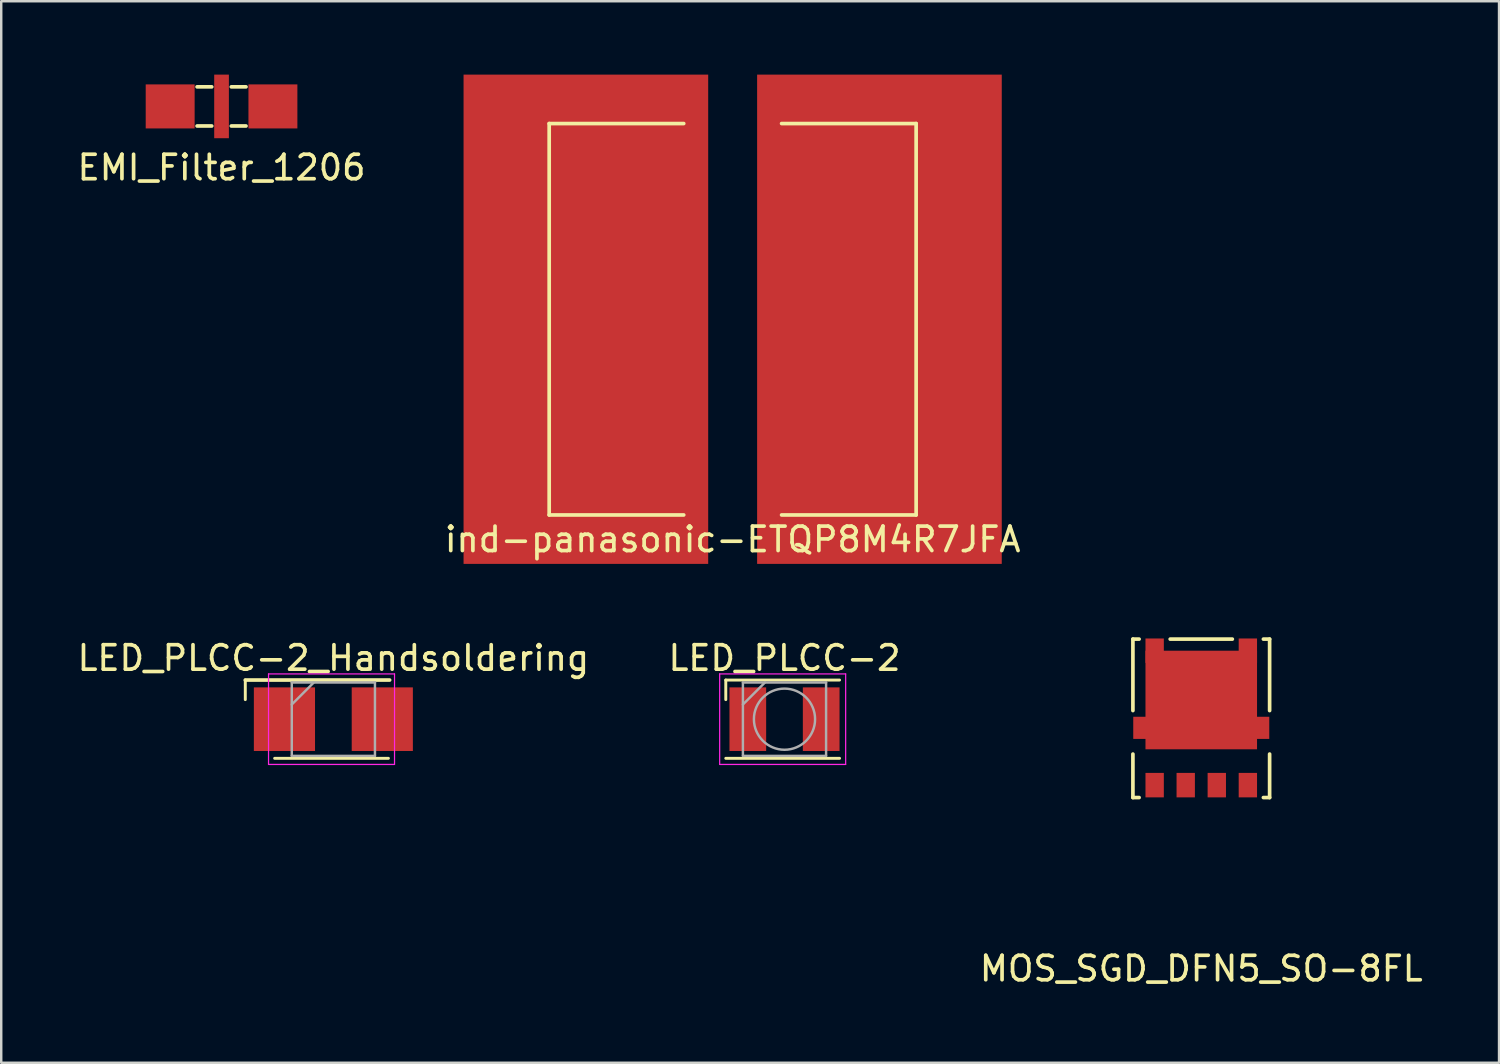
<source format=kicad_pcb>
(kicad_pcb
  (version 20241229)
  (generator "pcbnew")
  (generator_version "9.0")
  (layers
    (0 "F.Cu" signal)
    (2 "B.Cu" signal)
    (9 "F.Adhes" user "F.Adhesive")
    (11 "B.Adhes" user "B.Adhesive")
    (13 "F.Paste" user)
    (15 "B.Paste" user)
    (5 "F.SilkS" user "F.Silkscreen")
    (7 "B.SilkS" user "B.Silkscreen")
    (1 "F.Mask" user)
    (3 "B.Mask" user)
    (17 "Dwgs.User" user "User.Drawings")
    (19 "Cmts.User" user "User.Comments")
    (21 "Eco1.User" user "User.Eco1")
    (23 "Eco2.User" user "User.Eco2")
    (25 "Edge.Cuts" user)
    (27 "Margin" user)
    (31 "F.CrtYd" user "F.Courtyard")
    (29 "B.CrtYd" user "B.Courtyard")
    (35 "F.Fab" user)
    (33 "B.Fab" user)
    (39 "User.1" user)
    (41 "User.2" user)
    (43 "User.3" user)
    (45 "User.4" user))
  (footprint "MOS_SGD_DFN5_SO-8FL"
    (layer "F.Cu")
    (at 46.054 29.044)
    (property "Reference" "MOS_SGD_DFN5_SO-8FL" (at 0 7.5 0) (layer "F.SilkS") (effects (font (size 1 1) (thickness 0.15))))
    (attr through_hole)
    (fp_line (start -2.794 -5.969) (end -2.794 -3.048) (stroke (width 0.15) (type solid)) (layer "F.SilkS"))
    (fp_line (start -2.794 -1.27) (end -2.794 0.508) (stroke (width 0.15) (type solid)) (layer "F.SilkS"))
    (fp_line (start -2.794 0.508) (end -2.54 0.508) (stroke (width 0.15) (type solid)) (layer "F.SilkS"))
    (fp_line (start -2.54 -5.969) (end -2.794 -5.969) (stroke (width 0.15) (type solid)) (layer "F.SilkS"))
    (fp_line (start -1.27 -5.969) (end 1.27 -5.969) (stroke (width 0.15) (type solid)) (layer "F.SilkS"))
    (fp_line (start 2.54 -5.969) (end 2.794 -5.969) (stroke (width 0.15) (type solid)) (layer "F.SilkS"))
    (fp_line (start 2.54 0.508) (end 2.794 0.508) (stroke (width 0.15) (type solid)) (layer "F.SilkS"))
    (fp_line (start 2.794 -5.969) (end 2.794 -3.048) (stroke (width 0.15) (type solid)) (layer "F.SilkS"))
    (fp_line (start 2.794 0.508) (end 2.794 -1.27) (stroke (width 0.15) (type solid)) (layer "F.SilkS"))
    (pad "1" smd rect (at -1.905 0) (size 0.75 1) (layers "F.Cu" "F.Mask" "F.Paste"))
    (pad "1" smd rect (at -0.635 0) (size 0.75 1) (layers "F.Cu" "F.Mask" "F.Paste"))
    (pad "1" smd rect (at 0.635 0) (size 0.75 1) (layers "F.Cu" "F.Mask" "F.Paste"))
    (pad "2" smd rect (at 1.905 0) (size 0.75 1) (layers "F.Cu" "F.Mask" "F.Paste"))
    (pad "3" smd rect (at -2.28 -2.342) (size 1 0.905) (layers "F.Cu" "F.Mask" "F.Paste"))
    (pad "3" smd rect (at -1.905 -5.495) (size 0.75 1) (layers "F.Cu" "F.Mask" "F.Paste"))
    (pad "3" smd rect (at 0 -3.48) (size 4.56 4.03) (layers "F.Cu" "F.Mask" "F.Paste"))
    (pad "3" smd rect (at 1.905 -5.495) (size 0.75 1) (layers "F.Cu" "F.Mask" "F.Paste"))
    (pad "3" smd rect (at 2.28 -2.342) (size 1 0.905) (layers "F.Cu" "F.Mask" "F.Paste")))
  (footprint "ind-panasonic-ETQP8M4R7JFA"
    (layer "F.Cu")
    (at 26.899 10)
    (property "Reference" "ind-panasonic-ETQP8M4R7JFA" (at 0 9 0) (layer "F.SilkS") (effects (font (size 1 1) (thickness 0.15))))
    (attr through_hole)
    (fp_line (start -7.5 -8) (end -7.5 8) (stroke (width 0.15) (type solid)) (layer "F.SilkS"))
    (fp_line (start -7.5 8) (end -2 8) (stroke (width 0.15) (type solid)) (layer "F.SilkS"))
    (fp_line (start -2 -8) (end -7.5 -8) (stroke (width 0.15) (type solid)) (layer "F.SilkS"))
    (fp_line (start 7.5 -8) (end 2 -8) (stroke (width 0.15) (type solid)) (layer "F.SilkS"))
    (fp_line (start 7.5 -8) (end 7.5 8) (stroke (width 0.15) (type solid)) (layer "F.SilkS"))
    (fp_line (start 7.5 8) (end 2 8) (stroke (width 0.15) (type solid)) (layer "F.SilkS"))
    (pad "1" smd rect (at -6 0) (size 10 20) (layers "F.Cu"))
    (pad "1" smd rect (at -5.2 -4.7) (size 3.2 5.4) (layers "F.Cu" "F.Mask" "F.Paste"))
    (pad "1" smd rect (at -5.2 4.7) (size 3.2 5.4) (layers "F.Cu" "F.Mask" "F.Paste"))
    (pad "2" smd rect (at 5.2 -4.7) (size 3.2 5.4) (layers "F.Cu" "F.Mask" "F.Paste"))
    (pad "2" smd rect (at 5.2 4.7) (size 3.2 5.4) (layers "F.Cu" "F.Mask" "F.Paste"))
    (pad "2" smd rect (at 6 0) (size 10 20) (layers "F.Cu")))
  (footprint "LED_PLCC-2_Handsoldering"
    (layer "F.Cu")
    (at 10.577 26.348)
    (property "Reference" "LED_PLCC-2_Handsoldering" (at 0 -2.5 0) (layer "F.SilkS") (effects (font (size 1 1) (thickness 0.15))))
    (attr smd)
    (fp_line (start -3.6 -1.6) (end -3.6 -0.8) (stroke (width 0.12) (type solid)) (layer "F.SilkS"))
    (fp_line (start -3.6 -1.6) (end 2.3 -1.6) (stroke (width 0.15) (type solid)) (layer "F.SilkS"))
    (fp_line (start 2.25 1.6) (end -2.4 1.6) (stroke (width 0.12) (type solid)) (layer "F.SilkS"))
    (fp_line (start -2.65 -1.85) (end 2.5 -1.85) (stroke (width 0.05) (type solid)) (layer "F.CrtYd"))
    (fp_line (start -2.65 1.85) (end -2.65 -1.85) (stroke (width 0.05) (type solid)) (layer "F.CrtYd"))
    (fp_line (start 2.5 -1.85) (end 2.5 1.85) (stroke (width 0.05) (type solid)) (layer "F.CrtYd"))
    (fp_line (start 2.5 1.85) (end -2.65 1.85) (stroke (width 0.05) (type solid)) (layer "F.CrtYd"))
    (fp_line (start -1.7 -1.5) (end -1.7 1.5) (stroke (width 0.1) (type solid)) (layer "F.Fab"))
    (fp_line (start -1.7 -0.6) (end -0.8 -1.5) (stroke (width 0.1) (type solid)) (layer "F.Fab"))
    (fp_line (start -1.7 1.5) (end 1.7 1.5) (stroke (width 0.1) (type solid)) (layer "F.Fab"))
    (fp_line (start 1.7 -1.5) (end -1.7 -1.5) (stroke (width 0.1) (type solid)) (layer "F.Fab"))
    (fp_line (start 1.7 1.5) (end 1.7 -1.5) (stroke (width 0.1) (type solid)) (layer "F.Fab"))
    (pad "1" smd rect (at -2 0) (size 2.5 2.6) (layers "F.Cu" "F.Mask" "F.Paste"))
    (pad "2" smd rect (at 2 0) (size 2.5 2.6) (layers "F.Cu" "F.Mask" "F.Paste")))
  (footprint "EMI_Filter_1206"
    (layer "F.Cu")
    (at 6.006 1.3)
    (property "Reference" "EMI_Filter_1206" (at 0 2.5 0) (layer "F.SilkS") (effects (font (size 1 1) (thickness 0.15))))
    (attr through_hole)
    (fp_line (start -1 -0.8) (end -0.4 -0.8) (stroke (width 0.15) (type solid)) (layer "F.SilkS"))
    (fp_line (start -1 0.8) (end -0.4 0.8) (stroke (width 0.15) (type solid)) (layer "F.SilkS"))
    (fp_line (start 0.4 -0.8) (end 1 -0.8) (stroke (width 0.15) (type solid)) (layer "F.SilkS"))
    (fp_line (start 0.4 0.8) (end 1 0.8) (stroke (width 0.15) (type solid)) (layer "F.SilkS"))
    (pad "1" smd rect (at -2.1 0) (size 2 1.8) (layers "F.Cu" "F.Mask" "F.Paste"))
    (pad "2" smd rect (at 0 0) (size 0.6 2.6) (layers "F.Cu" "F.Mask" "F.Paste"))
    (pad "3" smd rect (at 2.1 0) (size 2 1.8) (layers "F.Cu" "F.Mask" "F.Paste")))
  (footprint "LED_PLCC-2"
    (layer "F.Cu")
    (at 29.018 26.348)
    (property "Reference" "LED_PLCC-2" (at 0 -2.5 0) (layer "F.SilkS") (effects (font (size 1 1) (thickness 0.15))))
    (attr smd)
    (fp_line (start -2.4 -1.6) (end -2.4 -0.8) (stroke (width 0.12) (type solid)) (layer "F.SilkS"))
    (fp_line (start 2.25 -1.6) (end -2.4 -1.6) (stroke (width 0.12) (type solid)) (layer "F.SilkS"))
    (fp_line (start 2.25 1.6) (end -2.4 1.6) (stroke (width 0.12) (type solid)) (layer "F.SilkS"))
    (fp_line (start -2.65 -1.85) (end 2.5 -1.85) (stroke (width 0.05) (type solid)) (layer "F.CrtYd"))
    (fp_line (start -2.65 1.85) (end -2.65 -1.85) (stroke (width 0.05) (type solid)) (layer "F.CrtYd"))
    (fp_line (start 2.5 -1.85) (end 2.5 1.85) (stroke (width 0.05) (type solid)) (layer "F.CrtYd"))
    (fp_line (start 2.5 1.85) (end -2.65 1.85) (stroke (width 0.05) (type solid)) (layer "F.CrtYd"))
    (fp_line (start -1.7 -1.5) (end -1.7 1.5) (stroke (width 0.1) (type solid)) (layer "F.Fab"))
    (fp_line (start -1.7 -0.6) (end -0.8 -1.5) (stroke (width 0.1) (type solid)) (layer "F.Fab"))
    (fp_line (start -1.7 1.5) (end 1.7 1.5) (stroke (width 0.1) (type solid)) (layer "F.Fab"))
    (fp_line (start 1.7 -1.5) (end -1.7 -1.5) (stroke (width 0.1) (type solid)) (layer "F.Fab"))
    (fp_line (start 1.7 1.5) (end 1.7 -1.5) (stroke (width 0.1) (type solid)) (layer "F.Fab"))
    (fp_circle (center 0 0) (end 0 -1.25) (stroke (width 0.1) (type solid)) (fill no) (layer "F.Fab"))
    (pad "1" smd rect (at -1.5 0) (size 1.5 2.6) (layers "F.Cu" "F.Mask" "F.Paste"))
    (pad "2" smd rect (at 1.5 0) (size 1.5 2.6) (layers "F.Cu" "F.Mask" "F.Paste")))
  (gr_rect
    (start -3 -3)
    (end 58.226 40.392)
    (stroke (width 0.1) (type default))
    (fill no)
    (layer "Edge.Cuts")))
</source>
